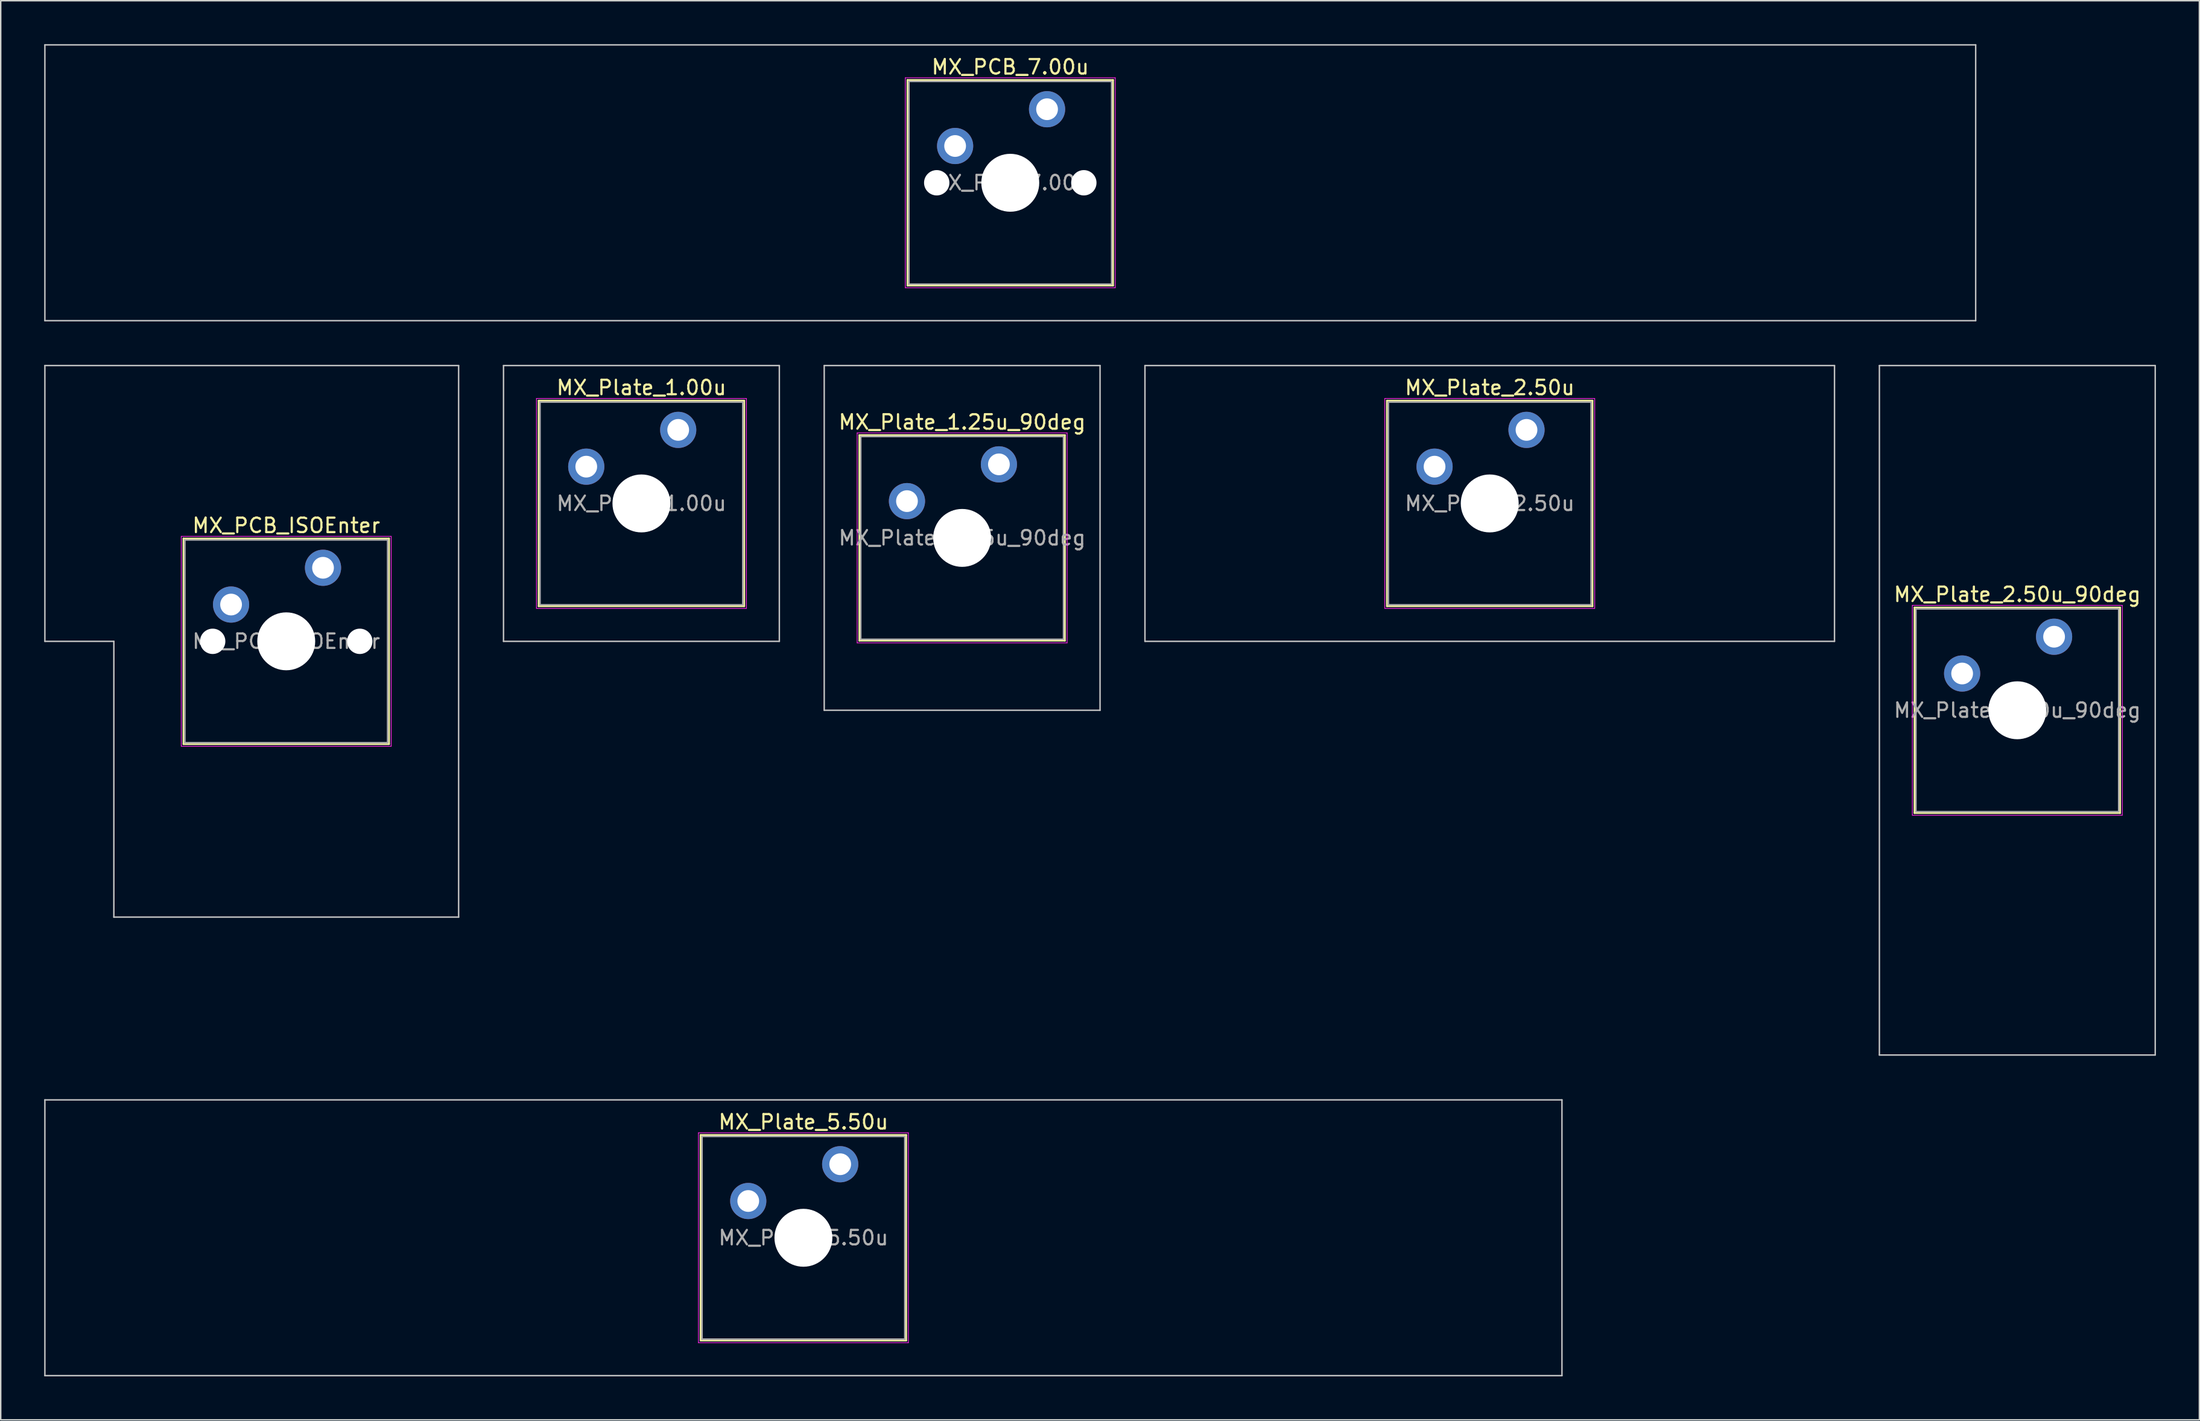
<source format=kicad_pcb>
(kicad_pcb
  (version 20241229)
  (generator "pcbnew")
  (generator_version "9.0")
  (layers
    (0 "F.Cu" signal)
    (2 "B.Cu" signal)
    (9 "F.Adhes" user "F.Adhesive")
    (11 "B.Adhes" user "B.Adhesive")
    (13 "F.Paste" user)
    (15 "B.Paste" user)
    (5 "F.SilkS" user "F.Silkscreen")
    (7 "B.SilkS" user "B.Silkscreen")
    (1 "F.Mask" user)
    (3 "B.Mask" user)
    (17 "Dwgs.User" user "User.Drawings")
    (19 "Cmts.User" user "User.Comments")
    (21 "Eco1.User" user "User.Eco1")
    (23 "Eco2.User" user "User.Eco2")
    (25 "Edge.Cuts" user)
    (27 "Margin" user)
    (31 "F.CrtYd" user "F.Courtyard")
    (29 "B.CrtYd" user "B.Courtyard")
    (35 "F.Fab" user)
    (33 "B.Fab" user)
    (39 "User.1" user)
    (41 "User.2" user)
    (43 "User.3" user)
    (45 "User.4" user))
  (footprint "MX_Plate_5.50u"
    (layer "F.Cu")
    (at 52.438 82.45)
    (property "Reference" "MX_Plate_5.50u" (at 0 -8 0) (layer "F.SilkS") (effects (font (size 1 1) (thickness 0.15))))
    (attr through_hole)
    (fp_line (start -7.1 -7.1) (end -7.1 7.1) (stroke (width 0.12) (type solid)) (layer "F.SilkS"))
    (fp_line (start -7.1 7.1) (end 7.1 7.1) (stroke (width 0.12) (type solid)) (layer "F.SilkS"))
    (fp_line (start 7.1 -7.1) (end -7.1 -7.1) (stroke (width 0.12) (type solid)) (layer "F.SilkS"))
    (fp_line (start 7.1 7.1) (end 7.1 -7.1) (stroke (width 0.12) (type solid)) (layer "F.SilkS"))
    (fp_line (start -52.388 -9.525) (end -52.388 9.525) (stroke (width 0.1) (type solid)) (layer "Dwgs.User"))
    (fp_line (start -52.388 9.525) (end 52.388 9.525) (stroke (width 0.1) (type solid)) (layer "Dwgs.User"))
    (fp_line (start 52.388 -9.525) (end -52.388 -9.525) (stroke (width 0.1) (type solid)) (layer "Dwgs.User"))
    (fp_line (start 52.388 9.525) (end 52.388 -9.525) (stroke (width 0.1) (type solid)) (layer "Dwgs.User"))
    (fp_line (start -7 -7) (end -7 7) (stroke (width 0.1) (type solid)) (layer "Eco1.User"))
    (fp_line (start -7 7) (end 7 7) (stroke (width 0.1) (type solid)) (layer "Eco1.User"))
    (fp_line (start 7 -7) (end -7 -7) (stroke (width 0.1) (type solid)) (layer "Eco1.User"))
    (fp_line (start 7 7) (end 7 -7) (stroke (width 0.1) (type solid)) (layer "Eco1.User"))
    (fp_line (start -7.25 -7.25) (end -7.25 7.25) (stroke (width 0.05) (type solid)) (layer "F.CrtYd"))
    (fp_line (start -7.25 7.25) (end 7.25 7.25) (stroke (width 0.05) (type solid)) (layer "F.CrtYd"))
    (fp_line (start 7.25 -7.25) (end -7.25 -7.25) (stroke (width 0.05) (type solid)) (layer "F.CrtYd"))
    (fp_line (start 7.25 7.25) (end 7.25 -7.25) (stroke (width 0.05) (type solid)) (layer "F.CrtYd"))
    (fp_line (start -7 -7) (end -7 7) (stroke (width 0.1) (type solid)) (layer "F.Fab"))
    (fp_line (start -7 7) (end 7 7) (stroke (width 0.1) (type solid)) (layer "F.Fab"))
    (fp_line (start 7 -7) (end -7 -7) (stroke (width 0.1) (type solid)) (layer "F.Fab"))
    (fp_line (start 7 7) (end 7 -7) (stroke (width 0.1) (type solid)) (layer "F.Fab"))
    (fp_text user "${REFERENCE}" (at 0 0 0) (layer "F.Fab") (effects (font (size 1 1) (thickness 0.15))))
    (pad "" np_thru_hole circle (at 0 0) (size 4 4) (drill 4) (layers "*.Cu" "*.Mask"))
    (pad "1" thru_hole circle (at -3.81 -2.54) (size 2.5 2.5) (drill 1.5) (layers "*.Cu" "*.Mask"))
    (pad "2" thru_hole circle (at 2.54 -5.08) (size 2.5 2.5) (drill 1.5) (layers "*.Cu" "*.Mask")))
  (footprint "MX_Plate_1.00u"
    (layer "F.Cu")
    (at 41.25 31.725)
    (property "Reference" "MX_Plate_1.00u" (at 0 -8 0) (layer "F.SilkS") (effects (font (size 1 1) (thickness 0.15))))
    (attr through_hole)
    (fp_line (start -7.1 -7.1) (end -7.1 7.1) (stroke (width 0.12) (type solid)) (layer "F.SilkS"))
    (fp_line (start -7.1 7.1) (end 7.1 7.1) (stroke (width 0.12) (type solid)) (layer "F.SilkS"))
    (fp_line (start 7.1 -7.1) (end -7.1 -7.1) (stroke (width 0.12) (type solid)) (layer "F.SilkS"))
    (fp_line (start 7.1 7.1) (end 7.1 -7.1) (stroke (width 0.12) (type solid)) (layer "F.SilkS"))
    (fp_line (start -9.525 -9.525) (end -9.525 9.525) (stroke (width 0.1) (type solid)) (layer "Dwgs.User"))
    (fp_line (start -9.525 9.525) (end 9.525 9.525) (stroke (width 0.1) (type solid)) (layer "Dwgs.User"))
    (fp_line (start 9.525 -9.525) (end -9.525 -9.525) (stroke (width 0.1) (type solid)) (layer "Dwgs.User"))
    (fp_line (start 9.525 9.525) (end 9.525 -9.525) (stroke (width 0.1) (type solid)) (layer "Dwgs.User"))
    (fp_line (start -7 -7) (end -7 7) (stroke (width 0.1) (type solid)) (layer "Eco1.User"))
    (fp_line (start -7 7) (end 7 7) (stroke (width 0.1) (type solid)) (layer "Eco1.User"))
    (fp_line (start 7 -7) (end -7 -7) (stroke (width 0.1) (type solid)) (layer "Eco1.User"))
    (fp_line (start 7 7) (end 7 -7) (stroke (width 0.1) (type solid)) (layer "Eco1.User"))
    (fp_line (start -7.25 -7.25) (end -7.25 7.25) (stroke (width 0.05) (type solid)) (layer "F.CrtYd"))
    (fp_line (start -7.25 7.25) (end 7.25 7.25) (stroke (width 0.05) (type solid)) (layer "F.CrtYd"))
    (fp_line (start 7.25 -7.25) (end -7.25 -7.25) (stroke (width 0.05) (type solid)) (layer "F.CrtYd"))
    (fp_line (start 7.25 7.25) (end 7.25 -7.25) (stroke (width 0.05) (type solid)) (layer "F.CrtYd"))
    (fp_line (start -7 -7) (end -7 7) (stroke (width 0.1) (type solid)) (layer "F.Fab"))
    (fp_line (start -7 7) (end 7 7) (stroke (width 0.1) (type solid)) (layer "F.Fab"))
    (fp_line (start 7 -7) (end -7 -7) (stroke (width 0.1) (type solid)) (layer "F.Fab"))
    (fp_line (start 7 7) (end 7 -7) (stroke (width 0.1) (type solid)) (layer "F.Fab"))
    (fp_text user "${REFERENCE}" (at 0 0 0) (layer "F.Fab") (effects (font (size 1 1) (thickness 0.15))))
    (pad "" np_thru_hole circle (at 0 0) (size 4 4) (drill 4) (layers "*.Cu" "*.Mask"))
    (pad "1" thru_hole circle (at -3.81 -2.54) (size 2.5 2.5) (drill 1.5) (layers "*.Cu" "*.Mask"))
    (pad "2" thru_hole circle (at 2.54 -5.08) (size 2.5 2.5) (drill 1.5) (layers "*.Cu" "*.Mask")))
  (footprint "MX_Plate_2.50u_90deg"
    (layer "F.Cu")
    (at 136.275 46.013)
    (property "Reference" "MX_Plate_2.50u_90deg" (at 0 -8 0) (layer "F.SilkS") (effects (font (size 1 1) (thickness 0.15))))
    (attr through_hole)
    (fp_line (start -7.1 -7.1) (end -7.1 7.1) (stroke (width 0.12) (type solid)) (layer "F.SilkS"))
    (fp_line (start -7.1 7.1) (end 7.1 7.1) (stroke (width 0.12) (type solid)) (layer "F.SilkS"))
    (fp_line (start 7.1 -7.1) (end -7.1 -7.1) (stroke (width 0.12) (type solid)) (layer "F.SilkS"))
    (fp_line (start 7.1 7.1) (end 7.1 -7.1) (stroke (width 0.12) (type solid)) (layer "F.SilkS"))
    (fp_line (start -9.525 -23.812) (end 9.525 -23.812) (stroke (width 0.1) (type solid)) (layer "Dwgs.User"))
    (fp_line (start -9.525 23.812) (end -9.525 -23.812) (stroke (width 0.1) (type solid)) (layer "Dwgs.User"))
    (fp_line (start 9.525 -23.812) (end 9.525 23.812) (stroke (width 0.1) (type solid)) (layer "Dwgs.User"))
    (fp_line (start 9.525 23.812) (end -9.525 23.812) (stroke (width 0.1) (type solid)) (layer "Dwgs.User"))
    (fp_line (start -7 -7) (end -7 7) (stroke (width 0.1) (type solid)) (layer "Eco1.User"))
    (fp_line (start -7 7) (end 7 7) (stroke (width 0.1) (type solid)) (layer "Eco1.User"))
    (fp_line (start 7 -7) (end -7 -7) (stroke (width 0.1) (type solid)) (layer "Eco1.User"))
    (fp_line (start 7 7) (end 7 -7) (stroke (width 0.1) (type solid)) (layer "Eco1.User"))
    (fp_line (start -7.25 -7.25) (end -7.25 7.25) (stroke (width 0.05) (type solid)) (layer "F.CrtYd"))
    (fp_line (start -7.25 7.25) (end 7.25 7.25) (stroke (width 0.05) (type solid)) (layer "F.CrtYd"))
    (fp_line (start 7.25 -7.25) (end -7.25 -7.25) (stroke (width 0.05) (type solid)) (layer "F.CrtYd"))
    (fp_line (start 7.25 7.25) (end 7.25 -7.25) (stroke (width 0.05) (type solid)) (layer "F.CrtYd"))
    (fp_line (start -7 -7) (end -7 7) (stroke (width 0.1) (type solid)) (layer "F.Fab"))
    (fp_line (start -7 7) (end 7 7) (stroke (width 0.1) (type solid)) (layer "F.Fab"))
    (fp_line (start 7 -7) (end -7 -7) (stroke (width 0.1) (type solid)) (layer "F.Fab"))
    (fp_line (start 7 7) (end 7 -7) (stroke (width 0.1) (type solid)) (layer "F.Fab"))
    (fp_text user "${REFERENCE}" (at 0 0 0) (layer "F.Fab") (effects (font (size 1 1) (thickness 0.15))))
    (pad "" np_thru_hole circle (at 0 0) (size 4 4) (drill 4) (layers "*.Cu" "*.Mask"))
    (pad "1" thru_hole circle (at -3.81 -2.54) (size 2.5 2.5) (drill 1.5) (layers "*.Cu" "*.Mask"))
    (pad "2" thru_hole circle (at 2.54 -5.08) (size 2.5 2.5) (drill 1.5) (layers "*.Cu" "*.Mask")))
  (footprint "MX_Plate_2.50u"
    (layer "F.Cu")
    (at 99.838 31.725)
    (property "Reference" "MX_Plate_2.50u" (at 0 -8 0) (layer "F.SilkS") (effects (font (size 1 1) (thickness 0.15))))
    (attr through_hole)
    (fp_line (start -7.1 -7.1) (end -7.1 7.1) (stroke (width 0.12) (type solid)) (layer "F.SilkS"))
    (fp_line (start -7.1 7.1) (end 7.1 7.1) (stroke (width 0.12) (type solid)) (layer "F.SilkS"))
    (fp_line (start 7.1 -7.1) (end -7.1 -7.1) (stroke (width 0.12) (type solid)) (layer "F.SilkS"))
    (fp_line (start 7.1 7.1) (end 7.1 -7.1) (stroke (width 0.12) (type solid)) (layer "F.SilkS"))
    (fp_line (start -23.812 -9.525) (end -23.812 9.525) (stroke (width 0.1) (type solid)) (layer "Dwgs.User"))
    (fp_line (start -23.812 9.525) (end 23.812 9.525) (stroke (width 0.1) (type solid)) (layer "Dwgs.User"))
    (fp_line (start 23.812 -9.525) (end -23.812 -9.525) (stroke (width 0.1) (type solid)) (layer "Dwgs.User"))
    (fp_line (start 23.812 9.525) (end 23.812 -9.525) (stroke (width 0.1) (type solid)) (layer "Dwgs.User"))
    (fp_line (start -7 -7) (end -7 7) (stroke (width 0.1) (type solid)) (layer "Eco1.User"))
    (fp_line (start -7 7) (end 7 7) (stroke (width 0.1) (type solid)) (layer "Eco1.User"))
    (fp_line (start 7 -7) (end -7 -7) (stroke (width 0.1) (type solid)) (layer "Eco1.User"))
    (fp_line (start 7 7) (end 7 -7) (stroke (width 0.1) (type solid)) (layer "Eco1.User"))
    (fp_line (start -7.25 -7.25) (end -7.25 7.25) (stroke (width 0.05) (type solid)) (layer "F.CrtYd"))
    (fp_line (start -7.25 7.25) (end 7.25 7.25) (stroke (width 0.05) (type solid)) (layer "F.CrtYd"))
    (fp_line (start 7.25 -7.25) (end -7.25 -7.25) (stroke (width 0.05) (type solid)) (layer "F.CrtYd"))
    (fp_line (start 7.25 7.25) (end 7.25 -7.25) (stroke (width 0.05) (type solid)) (layer "F.CrtYd"))
    (fp_line (start -7 -7) (end -7 7) (stroke (width 0.1) (type solid)) (layer "F.Fab"))
    (fp_line (start -7 7) (end 7 7) (stroke (width 0.1) (type solid)) (layer "F.Fab"))
    (fp_line (start 7 -7) (end -7 -7) (stroke (width 0.1) (type solid)) (layer "F.Fab"))
    (fp_line (start 7 7) (end 7 -7) (stroke (width 0.1) (type solid)) (layer "F.Fab"))
    (fp_text user "${REFERENCE}" (at 0 0 0) (layer "F.Fab") (effects (font (size 1 1) (thickness 0.15))))
    (pad "" np_thru_hole circle (at 0 0) (size 4 4) (drill 4) (layers "*.Cu" "*.Mask"))
    (pad "1" thru_hole circle (at -3.81 -2.54) (size 2.5 2.5) (drill 1.5) (layers "*.Cu" "*.Mask"))
    (pad "2" thru_hole circle (at 2.54 -5.08) (size 2.5 2.5) (drill 1.5) (layers "*.Cu" "*.Mask")))
  (footprint "MX_PCB_ISOEnter"
    (layer "F.Cu")
    (at 16.719 41.25)
    (property "Reference" "MX_PCB_ISOEnter" (at 0 -8 0) (layer "F.SilkS") (effects (font (size 1 1) (thickness 0.15))))
    (attr through_hole)
    (fp_line (start -7.1 -7.1) (end -7.1 7.1) (stroke (width 0.12) (type solid)) (layer "F.SilkS"))
    (fp_line (start -7.1 7.1) (end 7.1 7.1) (stroke (width 0.12) (type solid)) (layer "F.SilkS"))
    (fp_line (start 7.1 -7.1) (end -7.1 -7.1) (stroke (width 0.12) (type solid)) (layer "F.SilkS"))
    (fp_line (start 7.1 7.1) (end 7.1 -7.1) (stroke (width 0.12) (type solid)) (layer "F.SilkS"))
    (fp_line (start -16.669 -19.05) (end -16.669 0) (stroke (width 0.1) (type solid)) (layer "Dwgs.User"))
    (fp_line (start -16.669 0) (end -11.906 0) (stroke (width 0.1) (type solid)) (layer "Dwgs.User"))
    (fp_line (start -11.906 0) (end -11.906 19.05) (stroke (width 0.1) (type solid)) (layer "Dwgs.User"))
    (fp_line (start -11.906 19.05) (end 11.906 19.05) (stroke (width 0.1) (type solid)) (layer "Dwgs.User"))
    (fp_line (start 11.906 -19.05) (end -16.669 -19.05) (stroke (width 0.1) (type solid)) (layer "Dwgs.User"))
    (fp_line (start 11.906 19.05) (end 11.906 -19.05) (stroke (width 0.1) (type solid)) (layer "Dwgs.User"))
    (fp_line (start -7 -7) (end -7 7) (stroke (width 0.1) (type solid)) (layer "Eco1.User"))
    (fp_line (start -7 7) (end 7 7) (stroke (width 0.1) (type solid)) (layer "Eco1.User"))
    (fp_line (start 7 -7) (end -7 -7) (stroke (width 0.1) (type solid)) (layer "Eco1.User"))
    (fp_line (start 7 7) (end 7 -7) (stroke (width 0.1) (type solid)) (layer "Eco1.User"))
    (fp_line (start -7.25 -7.25) (end -7.25 7.25) (stroke (width 0.05) (type solid)) (layer "F.CrtYd"))
    (fp_line (start -7.25 7.25) (end 7.25 7.25) (stroke (width 0.05) (type solid)) (layer "F.CrtYd"))
    (fp_line (start 7.25 -7.25) (end -7.25 -7.25) (stroke (width 0.05) (type solid)) (layer "F.CrtYd"))
    (fp_line (start 7.25 7.25) (end 7.25 -7.25) (stroke (width 0.05) (type solid)) (layer "F.CrtYd"))
    (fp_line (start -7 -7) (end -7 7) (stroke (width 0.1) (type solid)) (layer "F.Fab"))
    (fp_line (start -7 7) (end 7 7) (stroke (width 0.1) (type solid)) (layer "F.Fab"))
    (fp_line (start 7 -7) (end -7 -7) (stroke (width 0.1) (type solid)) (layer "F.Fab"))
    (fp_line (start 7 7) (end 7 -7) (stroke (width 0.1) (type solid)) (layer "F.Fab"))
    (fp_text user "${REFERENCE}" (at 0 0 0) (layer "F.Fab") (effects (font (size 1 1) (thickness 0.15))))
    (pad "" np_thru_hole circle (at -5.08 0) (size 1.75 1.75) (drill 1.75) (layers "*.Cu" "*.Mask"))
    (pad "" np_thru_hole circle (at 0 0) (size 4 4) (drill 4) (layers "*.Cu" "*.Mask"))
    (pad "" np_thru_hole circle (at 5.08 0) (size 1.75 1.75) (drill 1.75) (layers "*.Cu" "*.Mask"))
    (pad "1" thru_hole circle (at -3.81 -2.54) (size 2.5 2.5) (drill 1.5) (layers "*.Cu" "*.Mask"))
    (pad "2" thru_hole circle (at 2.54 -5.08) (size 2.5 2.5) (drill 1.5) (layers "*.Cu" "*.Mask")))
  (footprint "MX_Plate_1.25u_90deg"
    (layer "F.Cu")
    (at 63.4 34.106)
    (property "Reference" "MX_Plate_1.25u_90deg" (at 0 -8 0) (layer "F.SilkS") (effects (font (size 1 1) (thickness 0.15))))
    (attr through_hole)
    (fp_line (start -7.1 -7.1) (end -7.1 7.1) (stroke (width 0.12) (type solid)) (layer "F.SilkS"))
    (fp_line (start -7.1 7.1) (end 7.1 7.1) (stroke (width 0.12) (type solid)) (layer "F.SilkS"))
    (fp_line (start 7.1 -7.1) (end -7.1 -7.1) (stroke (width 0.12) (type solid)) (layer "F.SilkS"))
    (fp_line (start 7.1 7.1) (end 7.1 -7.1) (stroke (width 0.12) (type solid)) (layer "F.SilkS"))
    (fp_line (start -9.525 -11.906) (end 9.525 -11.906) (stroke (width 0.1) (type solid)) (layer "Dwgs.User"))
    (fp_line (start -9.525 11.906) (end -9.525 -11.906) (stroke (width 0.1) (type solid)) (layer "Dwgs.User"))
    (fp_line (start 9.525 -11.906) (end 9.525 11.906) (stroke (width 0.1) (type solid)) (layer "Dwgs.User"))
    (fp_line (start 9.525 11.906) (end -9.525 11.906) (stroke (width 0.1) (type solid)) (layer "Dwgs.User"))
    (fp_line (start -7 -7) (end -7 7) (stroke (width 0.1) (type solid)) (layer "Eco1.User"))
    (fp_line (start -7 7) (end 7 7) (stroke (width 0.1) (type solid)) (layer "Eco1.User"))
    (fp_line (start 7 -7) (end -7 -7) (stroke (width 0.1) (type solid)) (layer "Eco1.User"))
    (fp_line (start 7 7) (end 7 -7) (stroke (width 0.1) (type solid)) (layer "Eco1.User"))
    (fp_line (start -7.25 -7.25) (end -7.25 7.25) (stroke (width 0.05) (type solid)) (layer "F.CrtYd"))
    (fp_line (start -7.25 7.25) (end 7.25 7.25) (stroke (width 0.05) (type solid)) (layer "F.CrtYd"))
    (fp_line (start 7.25 -7.25) (end -7.25 -7.25) (stroke (width 0.05) (type solid)) (layer "F.CrtYd"))
    (fp_line (start 7.25 7.25) (end 7.25 -7.25) (stroke (width 0.05) (type solid)) (layer "F.CrtYd"))
    (fp_line (start -7 -7) (end -7 7) (stroke (width 0.1) (type solid)) (layer "F.Fab"))
    (fp_line (start -7 7) (end 7 7) (stroke (width 0.1) (type solid)) (layer "F.Fab"))
    (fp_line (start 7 -7) (end -7 -7) (stroke (width 0.1) (type solid)) (layer "F.Fab"))
    (fp_line (start 7 7) (end 7 -7) (stroke (width 0.1) (type solid)) (layer "F.Fab"))
    (fp_text user "${REFERENCE}" (at 0 0 0) (layer "F.Fab") (effects (font (size 1 1) (thickness 0.15))))
    (pad "" np_thru_hole circle (at 0 0) (size 4 4) (drill 4) (layers "*.Cu" "*.Mask"))
    (pad "1" thru_hole circle (at -3.81 -2.54) (size 2.5 2.5) (drill 1.5) (layers "*.Cu" "*.Mask"))
    (pad "2" thru_hole circle (at 2.54 -5.08) (size 2.5 2.5) (drill 1.5) (layers "*.Cu" "*.Mask")))
  (footprint "MX_PCB_7.00u"
    (layer "F.Cu")
    (at 66.725 9.575)
    (property "Reference" "MX_PCB_7.00u" (at 0 -8 0) (layer "F.SilkS") (effects (font (size 1 1) (thickness 0.15))))
    (attr through_hole)
    (fp_line (start -7.1 -7.1) (end -7.1 7.1) (stroke (width 0.12) (type solid)) (layer "F.SilkS"))
    (fp_line (start -7.1 7.1) (end 7.1 7.1) (stroke (width 0.12) (type solid)) (layer "F.SilkS"))
    (fp_line (start 7.1 -7.1) (end -7.1 -7.1) (stroke (width 0.12) (type solid)) (layer "F.SilkS"))
    (fp_line (start 7.1 7.1) (end 7.1 -7.1) (stroke (width 0.12) (type solid)) (layer "F.SilkS"))
    (fp_line (start -66.675 -9.525) (end -66.675 9.525) (stroke (width 0.1) (type solid)) (layer "Dwgs.User"))
    (fp_line (start -66.675 9.525) (end 66.675 9.525) (stroke (width 0.1) (type solid)) (layer "Dwgs.User"))
    (fp_line (start 66.675 -9.525) (end -66.675 -9.525) (stroke (width 0.1) (type solid)) (layer "Dwgs.User"))
    (fp_line (start 66.675 9.525) (end 66.675 -9.525) (stroke (width 0.1) (type solid)) (layer "Dwgs.User"))
    (fp_line (start -7 -7) (end -7 7) (stroke (width 0.1) (type solid)) (layer "Eco1.User"))
    (fp_line (start -7 7) (end 7 7) (stroke (width 0.1) (type solid)) (layer "Eco1.User"))
    (fp_line (start 7 -7) (end -7 -7) (stroke (width 0.1) (type solid)) (layer "Eco1.User"))
    (fp_line (start 7 7) (end 7 -7) (stroke (width 0.1) (type solid)) (layer "Eco1.User"))
    (fp_line (start -7.25 -7.25) (end -7.25 7.25) (stroke (width 0.05) (type solid)) (layer "F.CrtYd"))
    (fp_line (start -7.25 7.25) (end 7.25 7.25) (stroke (width 0.05) (type solid)) (layer "F.CrtYd"))
    (fp_line (start 7.25 -7.25) (end -7.25 -7.25) (stroke (width 0.05) (type solid)) (layer "F.CrtYd"))
    (fp_line (start 7.25 7.25) (end 7.25 -7.25) (stroke (width 0.05) (type solid)) (layer "F.CrtYd"))
    (fp_line (start -7 -7) (end -7 7) (stroke (width 0.1) (type solid)) (layer "F.Fab"))
    (fp_line (start -7 7) (end 7 7) (stroke (width 0.1) (type solid)) (layer "F.Fab"))
    (fp_line (start 7 -7) (end -7 -7) (stroke (width 0.1) (type solid)) (layer "F.Fab"))
    (fp_line (start 7 7) (end 7 -7) (stroke (width 0.1) (type solid)) (layer "F.Fab"))
    (fp_text user "${REFERENCE}" (at 0 0 0) (layer "F.Fab") (effects (font (size 1 1) (thickness 0.15))))
    (pad "" np_thru_hole circle (at -5.08 0) (size 1.75 1.75) (drill 1.75) (layers "*.Cu" "*.Mask"))
    (pad "" np_thru_hole circle (at 0 0) (size 4 4) (drill 4) (layers "*.Cu" "*.Mask"))
    (pad "" np_thru_hole circle (at 5.08 0) (size 1.75 1.75) (drill 1.75) (layers "*.Cu" "*.Mask"))
    (pad "1" thru_hole circle (at -3.81 -2.54) (size 2.5 2.5) (drill 1.5) (layers "*.Cu" "*.Mask"))
    (pad "2" thru_hole circle (at 2.54 -5.08) (size 2.5 2.5) (drill 1.5) (layers "*.Cu" "*.Mask")))
  (gr_rect
    (start -3 -3)
    (end 148.85 95.025)
    (stroke (width 0.1) (type default))
    (fill no)
    (layer "Edge.Cuts")))
</source>
